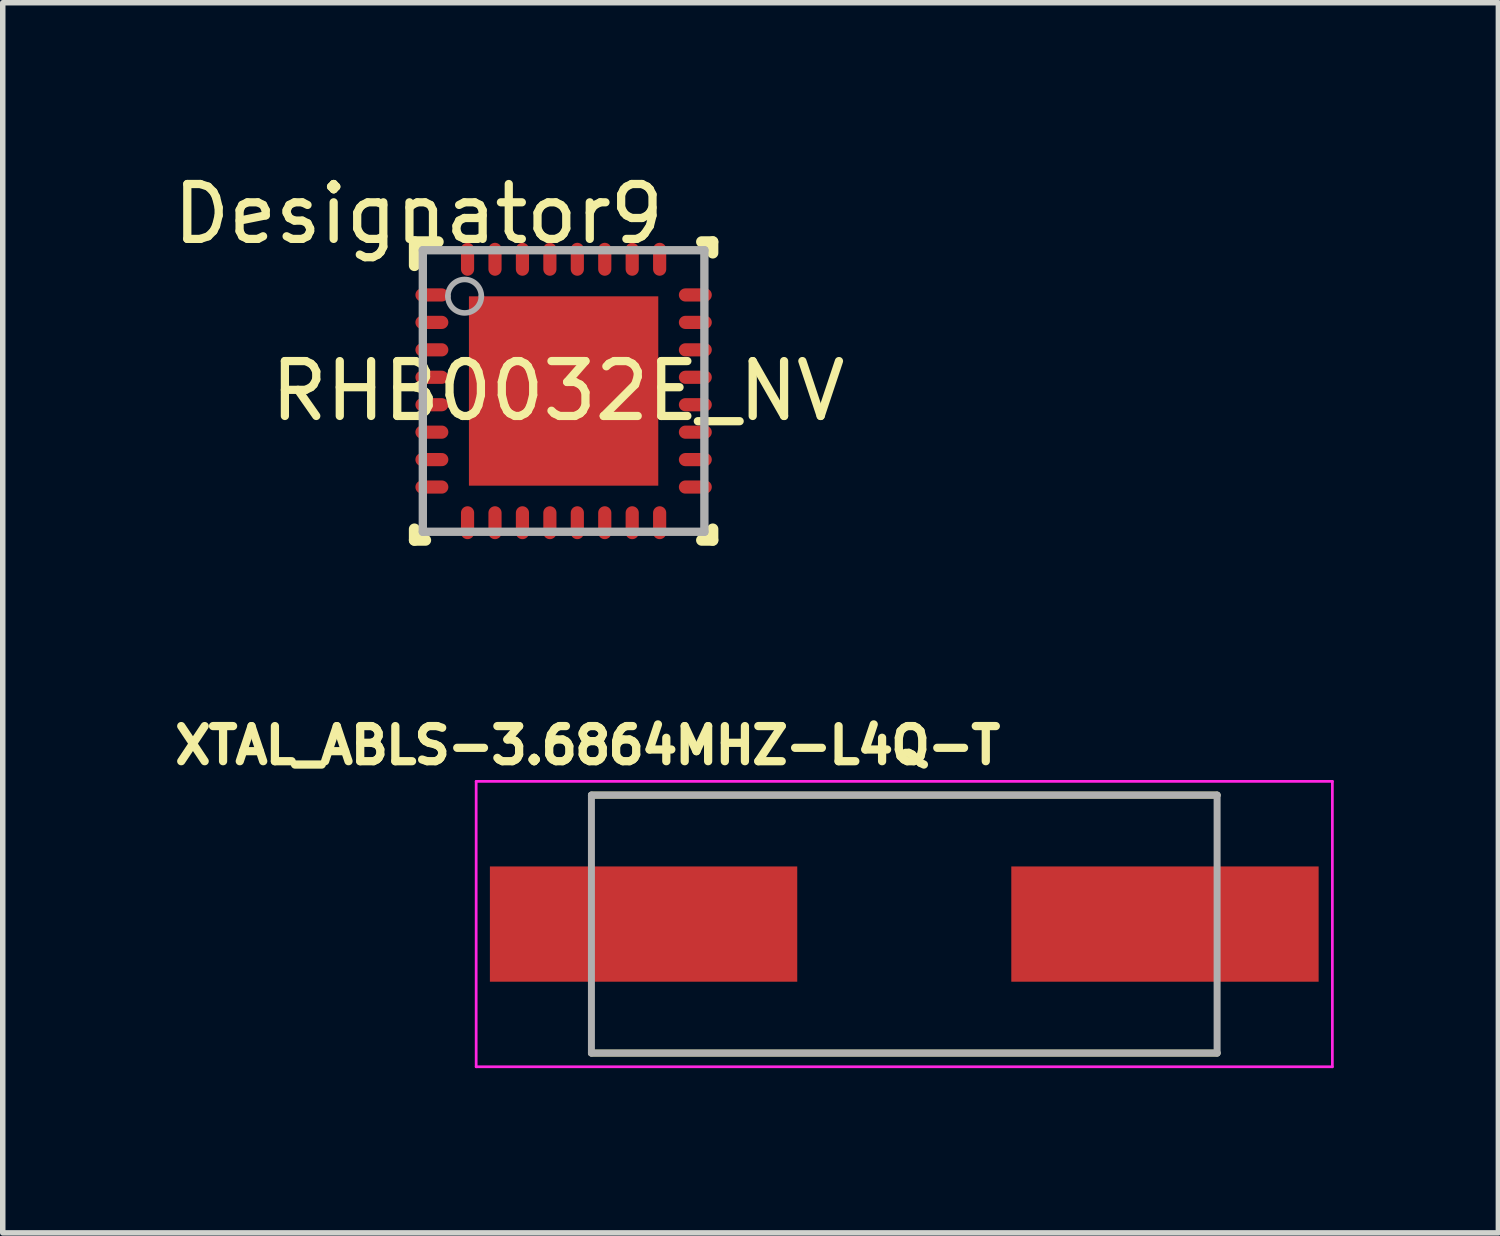
<source format=kicad_pcb>
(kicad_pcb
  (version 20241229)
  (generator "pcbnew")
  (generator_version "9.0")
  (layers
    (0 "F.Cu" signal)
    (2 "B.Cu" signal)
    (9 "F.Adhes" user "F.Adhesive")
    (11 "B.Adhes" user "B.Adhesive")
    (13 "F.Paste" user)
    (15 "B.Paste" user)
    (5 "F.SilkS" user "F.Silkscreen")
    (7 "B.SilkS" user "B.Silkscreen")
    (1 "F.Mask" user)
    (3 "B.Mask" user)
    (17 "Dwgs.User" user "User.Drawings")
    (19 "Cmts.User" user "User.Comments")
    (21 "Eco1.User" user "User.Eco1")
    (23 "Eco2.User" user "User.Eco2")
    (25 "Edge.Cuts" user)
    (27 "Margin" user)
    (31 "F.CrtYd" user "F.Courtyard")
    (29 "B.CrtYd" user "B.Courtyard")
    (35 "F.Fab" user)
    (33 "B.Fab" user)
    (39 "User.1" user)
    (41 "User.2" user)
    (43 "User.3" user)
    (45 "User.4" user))
  (footprint "RHB0032E_NV"
    (layer "F.Cu")
    (at 7.219 4.074)
    (property "Reference" "RHB0032E_NV" (at -0.102 0 0) (layer "F.SilkS") (effects (font (size 1 1) (thickness 0.15))))
    (attr smd)
    (fp_line (start -2.718 -2.718) (end -2.286 -2.718) (stroke (width 0.203) (type solid)) (layer "F.SilkS"))
    (fp_line (start -2.718 -2.286) (end -2.718 -2.718) (stroke (width 0.203) (type solid)) (layer "F.SilkS"))
    (fp_line (start -2.718 2.718) (end -2.718 2.515) (stroke (width 0.203) (type solid)) (layer "F.SilkS"))
    (fp_line (start -2.718 2.718) (end -2.515 2.718) (stroke (width 0.203) (type solid)) (layer "F.SilkS"))
    (fp_line (start 2.515 -2.718) (end 2.718 -2.718) (stroke (width 0.203) (type solid)) (layer "F.SilkS"))
    (fp_line (start 2.515 2.718) (end 2.718 2.718) (stroke (width 0.203) (type solid)) (layer "F.SilkS"))
    (fp_line (start 2.718 -2.515) (end 2.718 -2.718) (stroke (width 0.203) (type solid)) (layer "F.SilkS"))
    (fp_line (start 2.718 2.718) (end 2.718 2.515) (stroke (width 0.203) (type solid)) (layer "F.SilkS"))
    (fp_poly (pts (xy -0.1 -1.586) (xy -1.586 -1.586) (xy -1.586 -0.1) (xy -0.1 -0.1)) (stroke (width 0.025) (type solid)) (fill yes) (layer "F.Paste"))
    (fp_poly (pts (xy -0.1 0.1) (xy -1.586 0.1) (xy -1.586 1.586) (xy -0.1 1.586)) (stroke (width 0.025) (type solid)) (fill yes) (layer "F.Paste"))
    (fp_poly (pts (xy 0.1 -0.1) (xy 1.586 -0.1) (xy 1.586 -1.586) (xy 0.1 -1.586)) (stroke (width 0.025) (type solid)) (fill yes) (layer "F.Paste"))
    (fp_poly (pts (xy 0.1 1.586) (xy 1.586 1.586) (xy 1.586 0.1) (xy 0.1 0.1)) (stroke (width 0.025) (type solid)) (fill yes) (layer "F.Paste"))
    (fp_line (start -2.565 -2.565) (end 2.565 -2.565) (stroke (width 0.152) (type solid)) (layer "F.Fab"))
    (fp_line (start -2.565 2.565) (end -2.565 -2.565) (stroke (width 0.152) (type solid)) (layer "F.Fab"))
    (fp_line (start -2.565 2.565) (end 2.565 2.565) (stroke (width 0.152) (type solid)) (layer "F.Fab"))
    (fp_line (start 2.565 2.565) (end 2.565 -2.565) (stroke (width 0.152) (type solid)) (layer "F.Fab"))
    (fp_arc (start -2.1082 -1.7272) (mid -1.8034 -2.032) (end -1.4986 -1.7272) (stroke (width 0.1016) (type solid)) (layer "F.Fab"))
    (fp_arc (start -1.4986 -1.7272) (mid -1.8034 -1.4224) (end -2.1082 -1.7272) (stroke (width 0.1016) (type solid)) (layer "F.Fab"))
    (fp_text user "Designator9" (at -2.642 -3.226 0) (layer "F.SilkS") (effects (font (size 1 1) (thickness 0.15))))
    (pad "1" smd oval (at -2.4 -1.75) (size 0.6 0.24) (layers "F.Cu" "F.Mask" "F.Paste"))
    (pad "2" smd oval (at -2.4 -1.25) (size 0.6 0.24) (layers "F.Cu" "F.Mask" "F.Paste"))
    (pad "3" smd oval (at -2.4 -0.75) (size 0.6 0.24) (layers "F.Cu" "F.Mask" "F.Paste"))
    (pad "4" smd oval (at -2.4 -0.25) (size 0.6 0.24) (layers "F.Cu" "F.Mask" "F.Paste"))
    (pad "5" smd oval (at -2.4 0.25) (size 0.6 0.24) (layers "F.Cu" "F.Mask" "F.Paste"))
    (pad "6" smd oval (at -2.4 0.75) (size 0.6 0.24) (layers "F.Cu" "F.Mask" "F.Paste"))
    (pad "7" smd oval (at -2.4 1.25) (size 0.6 0.24) (layers "F.Cu" "F.Mask" "F.Paste"))
    (pad "8" smd oval (at -2.4 1.75) (size 0.6 0.24) (layers "F.Cu" "F.Mask" "F.Paste"))
    (pad "9" smd oval (at -1.75 2.4) (size 0.24 0.6) (layers "F.Cu" "F.Mask" "F.Paste"))
    (pad "10" smd oval (at -1.25 2.4) (size 0.24 0.6) (layers "F.Cu" "F.Mask" "F.Paste"))
    (pad "11" smd oval (at -0.75 2.4) (size 0.24 0.6) (layers "F.Cu" "F.Mask" "F.Paste"))
    (pad "12" smd oval (at -0.25 2.4) (size 0.24 0.6) (layers "F.Cu" "F.Mask" "F.Paste"))
    (pad "13" smd oval (at 0.25 2.4) (size 0.24 0.6) (layers "F.Cu" "F.Mask" "F.Paste"))
    (pad "14" smd oval (at 0.75 2.4) (size 0.24 0.6) (layers "F.Cu" "F.Mask" "F.Paste"))
    (pad "15" smd oval (at 1.25 2.4) (size 0.24 0.6) (layers "F.Cu" "F.Mask" "F.Paste"))
    (pad "16" smd oval (at 1.75 2.4) (size 0.24 0.6) (layers "F.Cu" "F.Mask" "F.Paste"))
    (pad "17" smd oval (at 2.4 1.75) (size 0.6 0.24) (layers "F.Cu" "F.Mask" "F.Paste"))
    (pad "18" smd oval (at 2.4 1.25) (size 0.6 0.24) (layers "F.Cu" "F.Mask" "F.Paste"))
    (pad "19" smd oval (at 2.4 0.75) (size 0.6 0.24) (layers "F.Cu" "F.Mask" "F.Paste"))
    (pad "20" smd oval (at 2.4 0.25) (size 0.6 0.24) (layers "F.Cu" "F.Mask" "F.Paste"))
    (pad "21" smd oval (at 2.4 -0.25) (size 0.6 0.24) (layers "F.Cu" "F.Mask" "F.Paste"))
    (pad "22" smd oval (at 2.4 -0.75) (size 0.6 0.24) (layers "F.Cu" "F.Mask" "F.Paste"))
    (pad "23" smd oval (at 2.4 -1.25) (size 0.6 0.24) (layers "F.Cu" "F.Mask" "F.Paste"))
    (pad "24" smd oval (at 2.4 -1.75) (size 0.6 0.24) (layers "F.Cu" "F.Mask" "F.Paste"))
    (pad "25" smd oval (at 1.75 -2.4) (size 0.24 0.6) (layers "F.Cu" "F.Mask" "F.Paste"))
    (pad "26" smd oval (at 1.25 -2.4) (size 0.24 0.6) (layers "F.Cu" "F.Mask" "F.Paste"))
    (pad "27" smd oval (at 0.75 -2.4) (size 0.24 0.6) (layers "F.Cu" "F.Mask" "F.Paste"))
    (pad "28" smd oval (at 0.25 -2.4) (size 0.24 0.6) (layers "F.Cu" "F.Mask" "F.Paste"))
    (pad "29" smd oval (at -0.25 -2.4) (size 0.24 0.6) (layers "F.Cu" "F.Mask" "F.Paste"))
    (pad "30" smd oval (at -0.75 -2.4) (size 0.24 0.6) (layers "F.Cu" "F.Mask" "F.Paste"))
    (pad "31" smd oval (at -1.25 -2.4) (size 0.24 0.6) (layers "F.Cu" "F.Mask" "F.Paste"))
    (pad "32" smd oval (at -1.75 -2.4) (size 0.24 0.6) (layers "F.Cu" "F.Mask" "F.Paste"))
    (pad "33" smd rect (at 0 -0.000003) (size 3.45 3.45) (layers "F.Cu" "F.Mask")))
  (footprint "XTAL_ABLS-3.6864MHZ-L4Q-T"
    (layer "F.Cu")
    (at 13.426 13.787)
    (property "Reference" "XTAL_ABLS-3.6864MHZ-L4Q-T" (at -5.768 -3.256 0) (layer "F.SilkS") (effects (font (size 0.64 0.64) (thickness 0.15))))
    (attr smd)
    (fp_line (start -5.7 -2.35) (end 5.7 -2.35) (stroke (width 0.127) (type solid)) (layer "F.SilkS"))
    (fp_line (start -5.7 2.35) (end 5.7 2.35) (stroke (width 0.127) (type solid)) (layer "F.SilkS"))
    (fp_line (start -7.8 -2.6) (end -7.8 2.6) (stroke (width 0.05) (type solid)) (layer "F.CrtYd"))
    (fp_line (start -7.8 2.6) (end 7.8 2.6) (stroke (width 0.05) (type solid)) (layer "F.CrtYd"))
    (fp_line (start 7.8 -2.6) (end -7.8 -2.6) (stroke (width 0.05) (type solid)) (layer "F.CrtYd"))
    (fp_line (start 7.8 2.6) (end 7.8 -2.6) (stroke (width 0.05) (type solid)) (layer "F.CrtYd"))
    (fp_line (start -5.7 -2.35) (end -5.7 2.35) (stroke (width 0.127) (type solid)) (layer "F.Fab"))
    (fp_line (start -5.7 -2.35) (end 5.7 -2.35) (stroke (width 0.127) (type solid)) (layer "F.Fab"))
    (fp_line (start -5.7 2.35) (end 5.7 2.35) (stroke (width 0.127) (type solid)) (layer "F.Fab"))
    (fp_line (start 5.7 -2.35) (end 5.7 2.35) (stroke (width 0.127) (type solid)) (layer "F.Fab"))
    (pad "1" smd rect (at -4.75 0) (size 5.6 2.1) (layers "F.Cu" "F.Mask" "F.Paste"))
    (pad "2" smd rect (at 4.75 0) (size 5.6 2.1) (layers "F.Cu" "F.Mask" "F.Paste")))
  (gr_rect
    (start -3 -3)
    (end 24.251 19.413)
    (stroke (width 0.1) (type default))
    (fill no)
    (layer "Edge.Cuts")))
</source>
